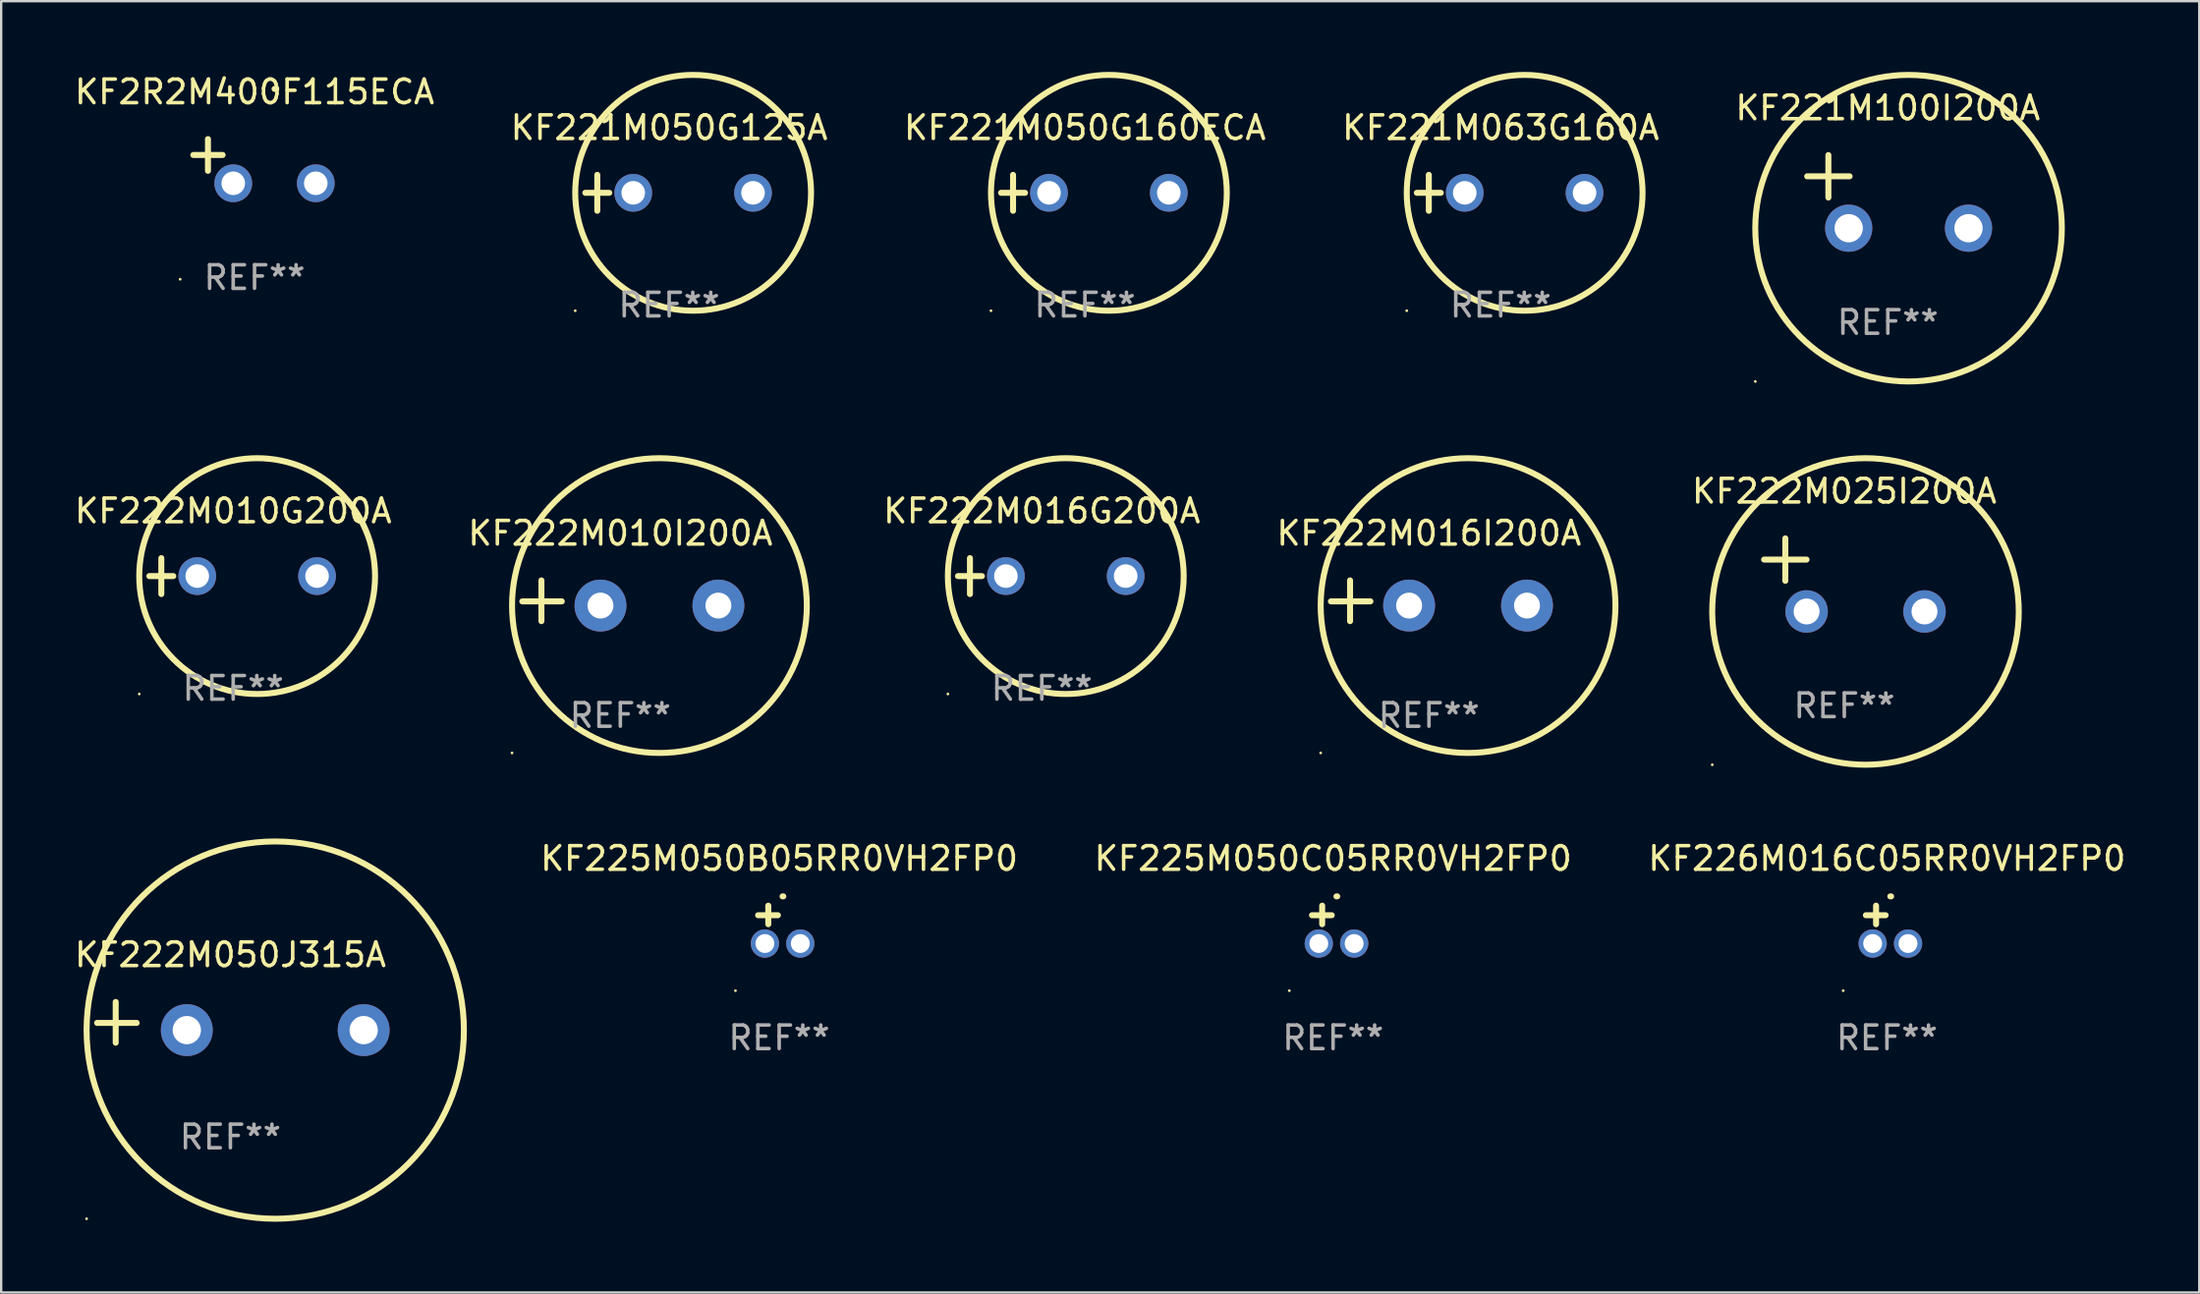
<source format=kicad_pcb>
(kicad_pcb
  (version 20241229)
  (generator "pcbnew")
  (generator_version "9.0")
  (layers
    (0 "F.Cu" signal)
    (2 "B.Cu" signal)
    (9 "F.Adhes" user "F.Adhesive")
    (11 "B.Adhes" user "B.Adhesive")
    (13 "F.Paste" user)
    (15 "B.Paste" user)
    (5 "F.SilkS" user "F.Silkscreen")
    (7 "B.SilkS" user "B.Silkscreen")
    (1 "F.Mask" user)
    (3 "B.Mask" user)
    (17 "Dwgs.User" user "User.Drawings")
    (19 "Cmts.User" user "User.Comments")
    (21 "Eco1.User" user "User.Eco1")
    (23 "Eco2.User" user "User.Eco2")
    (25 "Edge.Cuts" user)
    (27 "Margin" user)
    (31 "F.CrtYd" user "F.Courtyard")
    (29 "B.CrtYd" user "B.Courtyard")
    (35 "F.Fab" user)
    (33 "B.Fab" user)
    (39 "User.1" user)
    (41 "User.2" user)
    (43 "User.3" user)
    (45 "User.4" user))
  (footprint "KF222M050J315A"
    (layer "F.Cu")
    (at 6.72 40.305)
    (property "Reference" "KF222M050J315A" (at 0 -2.864 0) (layer "F.SilkS") (effects (font (size 1 1) (thickness 0.15))))
    (attr through_hole)
    (fp_line (start -4.864 0.864) (end -4.864 -0.864) (stroke (width 0.254) (type solid)) (layer "F.SilkS"))
    (fp_line (start -3.975 0.025) (end -5.652 0.025) (stroke (width 0.254) (type solid)) (layer "F.SilkS"))
    (fp_circle (center -6.098 8.33) (end -6.068 8.33) (stroke (width 0.06) (type solid)) (fill no) (layer "F.SilkS"))
    (fp_circle (center 1.902 0.33) (end 9.902 0.33) (stroke (width 0.254) (type solid)) (fill no) (layer "F.SilkS"))
    (fp_text user "REF**" (at 0 4.864 0) (layer "F.Fab") (effects (font (size 1 1) (thickness 0.15))))
    (pad "1" thru_hole circle (at -1.848 0.33) (size 2.2 2.2) (drill 1.2) (layers "*.Cu" "*.Mask"))
    (pad "2" thru_hole circle (at 5.652 0.33) (size 2.2 2.2) (drill 1.2) (layers "*.Cu" "*.Mask")))
  (footprint "KF225M050B05RR0VH2FP0"
    (layer "F.Cu")
    (at 29.993 36.16)
    (property "Reference" "KF225M050B05RR0VH2FP0" (at 0 -2.803 0) (layer "F.SilkS") (effects (font (size 1 1) (thickness 0.15))))
    (attr through_hole)
    (fp_line (start -0.462 -0.016) (end -0.462 -0.803) (stroke (width 0.254) (type solid)) (layer "F.SilkS"))
    (fp_line (start -0.056 -0.397) (end -0.894 -0.397) (stroke (width 0.254) (type solid)) (layer "F.SilkS"))
    (fp_arc (start 0.142799 -1.195784) (mid 0.159309 -1.195852) (end 0.175819 -1.195784) (stroke (width 0.254001) (type solid)) (layer "F.SilkS"))
    (fp_circle (center -1.856 2.803) (end -1.826 2.803) (stroke (width 0.06) (type solid)) (fill no) (layer "F.SilkS"))
    (fp_text user "REF**" (at 0 4.803 0) (layer "F.Fab") (effects (font (size 1 1) (thickness 0.15))))
    (pad "1" thru_hole circle (at -0.606 0.803) (size 1.2 1.2) (drill 0.8) (layers "*.Cu" "*.Mask"))
    (pad "2" thru_hole circle (at 0.894 0.803) (size 1.2 1.2) (drill 0.8) (layers "*.Cu" "*.Mask")))
  (footprint "KF226M016C05RR0VH2FP0"
    (layer "F.Cu")
    (at 76.969 36.16)
    (property "Reference" "KF226M016C05RR0VH2FP0" (at 0 -2.803 0) (layer "F.SilkS") (effects (font (size 1 1) (thickness 0.15))))
    (attr through_hole)
    (fp_line (start -0.462 -0.016) (end -0.462 -0.803) (stroke (width 0.254) (type solid)) (layer "F.SilkS"))
    (fp_line (start -0.056 -0.397) (end -0.894 -0.397) (stroke (width 0.254) (type solid)) (layer "F.SilkS"))
    (fp_arc (start 0.142799 -1.195784) (mid 0.159309 -1.195852) (end 0.175819 -1.195784) (stroke (width 0.254001) (type solid)) (layer "F.SilkS"))
    (fp_circle (center -1.856 2.803) (end -1.826 2.803) (stroke (width 0.06) (type solid)) (fill no) (layer "F.SilkS"))
    (fp_text user "REF**" (at 0 4.803 0) (layer "F.Fab") (effects (font (size 1 1) (thickness 0.15))))
    (pad "1" thru_hole circle (at -0.606 0.803) (size 1.2 1.2) (drill 0.8) (layers "*.Cu" "*.Mask"))
    (pad "2" thru_hole circle (at 0.894 0.803) (size 1.2 1.2) (drill 0.8) (layers "*.Cu" "*.Mask")))
  (footprint "KF2R2M400F115ECA"
    (layer "F.Cu")
    (at 7.744 3.785)
    (property "Reference" "KF2R2M400F115ECA" (at 0 -2.937 0) (layer "F.SilkS") (effects (font (size 1 1) (thickness 0.15))))
    (attr through_hole)
    (fp_line (start -1.975 0.41) (end -1.975 -0.937) (stroke (width 0.254) (type solid)) (layer "F.SilkS"))
    (fp_line (start -1.353 -0.263) (end -2.597 -0.263) (stroke (width 0.254) (type solid)) (layer "F.SilkS"))
    (fp_arc (start 0.849809 -3.063957) (mid 0.885369 -3.064114) (end 0.920929 -3.063957) (stroke (width 0.254001) (type solid)) (layer "F.SilkS"))
    (fp_circle (center -3.154 5.008) (end -3.124 5.008) (stroke (width 0.06) (type solid)) (fill no) (layer "F.SilkS"))
    (fp_text user "REF**" (at 0 4.937 0) (layer "F.Fab") (effects (font (size 1 1) (thickness 0.15))))
    (pad "1" thru_hole circle (at -0.903 0.937) (size 1.6 1.6) (drill 1) (layers "*.Cu" "*.Mask"))
    (pad "2" thru_hole circle (at 2.597 0.937) (size 1.6 1.6) (drill 1) (layers "*.Cu" "*.Mask")))
  (footprint "KF222M025I200A"
    (layer "F.Cu")
    (at 75.16 21.331)
    (property "Reference" "KF222M025I200A" (at 0 -3.55 0) (layer "F.SilkS") (effects (font (size 1 1) (thickness 0.15))))
    (attr through_hole)
    (fp_line (start -3.401 -0.65) (end -1.601 -0.65) (stroke (width 0.254) (type solid)) (layer "F.SilkS"))
    (fp_line (start -2.501 -1.55) (end -2.501 0.25) (stroke (width 0.254) (type solid)) (layer "F.SilkS"))
    (fp_circle (center -5.599 8.05) (end -5.569 8.05) (stroke (width 0.06) (type solid)) (fill no) (layer "F.SilkS"))
    (fp_circle (center 0.899 1.55) (end 7.399 1.55) (stroke (width 0.254) (type solid)) (fill no) (layer "F.SilkS"))
    (fp_text user "REF**" (at 0 5.55 0) (layer "F.Fab") (effects (font (size 1 1) (thickness 0.15))))
    (pad "1" thru_hole circle (at -1.599 1.55) (size 1.8 1.8) (drill 1.1) (layers "*.Cu" "*.Mask"))
    (pad "2" thru_hole circle (at 3.401 1.55) (size 1.8 1.8) (drill 1.1) (layers "*.Cu" "*.Mask")))
  (footprint "KF222M016G200A"
    (layer "F.Cu")
    (at 41.13 21.381)
    (property "Reference" "KF222M016G200A" (at 0 -2.762 0) (layer "F.SilkS") (effects (font (size 1 1) (thickness 0.15))))
    (attr through_hole)
    (fp_line (start -3.556 0) (end -2.54 0) (stroke (width 0.254) (type solid)) (layer "F.SilkS"))
    (fp_line (start -3.048 -0.762) (end -3.048 0.762) (stroke (width 0.254) (type solid)) (layer "F.SilkS"))
    (fp_circle (center -3.984 5) (end -3.954 5) (stroke (width 0.06) (type solid)) (fill no) (layer "F.SilkS"))
    (fp_circle (center 1.016 0) (end 6.016 0) (stroke (width 0.254) (type solid)) (fill no) (layer "F.SilkS"))
    (fp_text user "REF**" (at 0 4.762 0) (layer "F.Fab") (effects (font (size 1 1) (thickness 0.15))))
    (pad "1" thru_hole circle (at -1.524 0) (size 1.6 1.6) (drill 1) (layers "*.Cu" "*.Mask"))
    (pad "2" thru_hole circle (at 3.556 0) (size 1.6 1.6) (drill 1) (layers "*.Cu" "*.Mask")))
  (footprint "KF221M063G160A"
    (layer "F.Cu")
    (at 60.589 5.127)
    (property "Reference" "KF221M063G160A" (at 0 -2.762 0) (layer "F.SilkS") (effects (font (size 1 1) (thickness 0.15))))
    (attr through_hole)
    (fp_line (start -3.556 0) (end -2.54 0) (stroke (width 0.254) (type solid)) (layer "F.SilkS"))
    (fp_line (start -3.048 -0.762) (end -3.048 0.762) (stroke (width 0.254) (type solid)) (layer "F.SilkS"))
    (fp_circle (center -3.984 5) (end -3.954 5) (stroke (width 0.06) (type solid)) (fill no) (layer "F.SilkS"))
    (fp_circle (center 1.016 0) (end 6.016 0) (stroke (width 0.254) (type solid)) (fill no) (layer "F.SilkS"))
    (fp_text user "REF**" (at 0 4.762 0) (layer "F.Fab") (effects (font (size 1 1) (thickness 0.15))))
    (pad "1" thru_hole circle (at -1.524 0) (size 1.6 1.6) (drill 1) (layers "*.Cu" "*.Mask"))
    (pad "2" thru_hole circle (at 3.556 0) (size 1.6 1.6) (drill 1) (layers "*.Cu" "*.Mask")))
  (footprint "KF225M050C05RR0VH2FP0"
    (layer "F.Cu")
    (at 53.481 36.16)
    (property "Reference" "KF225M050C05RR0VH2FP0" (at 0 -2.803 0) (layer "F.SilkS") (effects (font (size 1 1) (thickness 0.15))))
    (attr through_hole)
    (fp_line (start -0.462 -0.016) (end -0.462 -0.803) (stroke (width 0.254) (type solid)) (layer "F.SilkS"))
    (fp_line (start -0.056 -0.397) (end -0.894 -0.397) (stroke (width 0.254) (type solid)) (layer "F.SilkS"))
    (fp_arc (start 0.142799 -1.195784) (mid 0.159309 -1.195852) (end 0.175819 -1.195784) (stroke (width 0.254001) (type solid)) (layer "F.SilkS"))
    (fp_circle (center -1.856 2.803) (end -1.826 2.803) (stroke (width 0.06) (type solid)) (fill no) (layer "F.SilkS"))
    (fp_text user "REF**" (at 0 4.803 0) (layer "F.Fab") (effects (font (size 1 1) (thickness 0.15))))
    (pad "1" thru_hole circle (at -0.606 0.803) (size 1.2 1.2) (drill 0.8) (layers "*.Cu" "*.Mask"))
    (pad "2" thru_hole circle (at 0.894 0.803) (size 1.2 1.2) (drill 0.8) (layers "*.Cu" "*.Mask")))
  (footprint "KF221M100I200A"
    (layer "F.Cu")
    (at 77.006 5.077)
    (property "Reference" "KF221M100I200A" (at 0 -3.55 0) (layer "F.SilkS") (effects (font (size 1 1) (thickness 0.15))))
    (attr through_hole)
    (fp_line (start -3.421 -0.65) (end -1.621 -0.65) (stroke (width 0.254) (type solid)) (layer "F.SilkS"))
    (fp_line (start -2.521 -1.55) (end -2.521 0.25) (stroke (width 0.254) (type solid)) (layer "F.SilkS"))
    (fp_circle (center -5.619 8.05) (end -5.589 8.05) (stroke (width 0.06) (type solid)) (fill no) (layer "F.SilkS"))
    (fp_circle (center 0.879 1.55) (end 7.379 1.55) (stroke (width 0.254) (type solid)) (fill no) (layer "F.SilkS"))
    (fp_text user "REF**" (at 0 5.55 0) (layer "F.Fab") (effects (font (size 1 1) (thickness 0.15))))
    (pad "1" thru_hole circle (at -1.659 1.55) (size 2 2) (drill 1.2) (layers "*.Cu" "*.Mask"))
    (pad "2" thru_hole circle (at 3.421 1.55) (size 2 2) (drill 1.2) (layers "*.Cu" "*.Mask")))
  (footprint "KF221M050G125A"
    (layer "F.Cu")
    (at 25.327 5.127)
    (property "Reference" "KF221M050G125A" (at 0 -2.762 0) (layer "F.SilkS") (effects (font (size 1 1) (thickness 0.15))))
    (attr through_hole)
    (fp_line (start -3.556 0) (end -2.54 0) (stroke (width 0.254) (type solid)) (layer "F.SilkS"))
    (fp_line (start -3.048 -0.762) (end -3.048 0.762) (stroke (width 0.254) (type solid)) (layer "F.SilkS"))
    (fp_circle (center -3.984 5) (end -3.954 5) (stroke (width 0.06) (type solid)) (fill no) (layer "F.SilkS"))
    (fp_circle (center 1.016 0) (end 6.016 0) (stroke (width 0.254) (type solid)) (fill no) (layer "F.SilkS"))
    (fp_text user "REF**" (at 0 4.762 0) (layer "F.Fab") (effects (font (size 1 1) (thickness 0.15))))
    (pad "1" thru_hole circle (at -1.524 0) (size 1.6 1.6) (drill 1) (layers "*.Cu" "*.Mask"))
    (pad "2" thru_hole circle (at 3.556 0) (size 1.6 1.6) (drill 1) (layers "*.Cu" "*.Mask")))
  (footprint "KF222M010G200A"
    (layer "F.Cu")
    (at 6.839 21.381)
    (property "Reference" "KF222M010G200A" (at 0 -2.762 0) (layer "F.SilkS") (effects (font (size 1 1) (thickness 0.15))))
    (attr through_hole)
    (fp_line (start -3.556 0) (end -2.54 0) (stroke (width 0.254) (type solid)) (layer "F.SilkS"))
    (fp_line (start -3.048 -0.762) (end -3.048 0.762) (stroke (width 0.254) (type solid)) (layer "F.SilkS"))
    (fp_circle (center -3.984 5) (end -3.954 5) (stroke (width 0.06) (type solid)) (fill no) (layer "F.SilkS"))
    (fp_circle (center 1.016 0) (end 6.016 0) (stroke (width 0.254) (type solid)) (fill no) (layer "F.SilkS"))
    (fp_text user "REF**" (at 0 4.762 0) (layer "F.Fab") (effects (font (size 1 1) (thickness 0.15))))
    (pad "1" thru_hole circle (at -1.524 0) (size 1.6 1.6) (drill 1) (layers "*.Cu" "*.Mask"))
    (pad "2" thru_hole circle (at 3.556 0) (size 1.6 1.6) (drill 1) (layers "*.Cu" "*.Mask")))
  (footprint "KF222M016I200A"
    (layer "F.Cu")
    (at 57.547 22.428)
    (property "Reference" "KF222M016I200A" (at 0 -2.864 0) (layer "F.SilkS") (effects (font (size 1 1) (thickness 0.15))))
    (attr through_hole)
    (fp_line (start -3.346 0.864) (end -3.346 -0.864) (stroke (width 0.254) (type solid)) (layer "F.SilkS"))
    (fp_line (start -2.482 0.025) (end -4.158 0.025) (stroke (width 0.254) (type solid)) (layer "F.SilkS"))
    (fp_circle (center -4.592 6.453) (end -4.562 6.453) (stroke (width 0.06) (type solid)) (fill no) (layer "F.SilkS"))
    (fp_circle (center 1.658 0.203) (end 7.908 0.203) (stroke (width 0.254) (type solid)) (fill no) (layer "F.SilkS"))
    (fp_text user "REF**" (at 0 4.864 0) (layer "F.Fab") (effects (font (size 1 1) (thickness 0.15))))
    (pad "1" thru_hole circle (at -0.842 0.203) (size 2.2 2.2) (drill 1.1) (layers "*.Cu" "*.Mask"))
    (pad "2" thru_hole circle (at 4.158 0.203) (size 2.2 2.2) (drill 1.1) (layers "*.Cu" "*.Mask")))
  (footprint "KF222M010I200A"
    (layer "F.Cu")
    (at 23.256 22.428)
    (property "Reference" "KF222M010I200A" (at 0 -2.864 0) (layer "F.SilkS") (effects (font (size 1 1) (thickness 0.15))))
    (attr through_hole)
    (fp_line (start -3.346 0.864) (end -3.346 -0.864) (stroke (width 0.254) (type solid)) (layer "F.SilkS"))
    (fp_line (start -2.482 0.025) (end -4.158 0.025) (stroke (width 0.254) (type solid)) (layer "F.SilkS"))
    (fp_circle (center -4.592 6.453) (end -4.562 6.453) (stroke (width 0.06) (type solid)) (fill no) (layer "F.SilkS"))
    (fp_circle (center 1.658 0.203) (end 7.908 0.203) (stroke (width 0.254) (type solid)) (fill no) (layer "F.SilkS"))
    (fp_text user "REF**" (at 0 4.864 0) (layer "F.Fab") (effects (font (size 1 1) (thickness 0.15))))
    (pad "1" thru_hole circle (at -0.842 0.203) (size 2.2 2.2) (drill 1.1) (layers "*.Cu" "*.Mask"))
    (pad "2" thru_hole circle (at 4.158 0.203) (size 2.2 2.2) (drill 1.1) (layers "*.Cu" "*.Mask")))
  (footprint "KF221M050G160ECA"
    (layer "F.Cu")
    (at 42.958 5.127)
    (property "Reference" "KF221M050G160ECA" (at 0 -2.762 0) (layer "F.SilkS") (effects (font (size 1 1) (thickness 0.15))))
    (attr through_hole)
    (fp_line (start -3.556 0) (end -2.54 0) (stroke (width 0.254) (type solid)) (layer "F.SilkS"))
    (fp_line (start -3.048 -0.762) (end -3.048 0.762) (stroke (width 0.254) (type solid)) (layer "F.SilkS"))
    (fp_circle (center -3.984 5) (end -3.954 5) (stroke (width 0.06) (type solid)) (fill no) (layer "F.SilkS"))
    (fp_circle (center 1.016 0) (end 6.016 0) (stroke (width 0.254) (type solid)) (fill no) (layer "F.SilkS"))
    (fp_text user "REF**" (at 0 4.762 0) (layer "F.Fab") (effects (font (size 1 1) (thickness 0.15))))
    (pad "1" thru_hole circle (at -1.524 0) (size 1.6 1.6) (drill 1) (layers "*.Cu" "*.Mask"))
    (pad "2" thru_hole circle (at 3.556 0) (size 1.6 1.6) (drill 1) (layers "*.Cu" "*.Mask")))
  (gr_rect
    (start -3 -3)
    (end 90.213 51.763)
    (stroke (width 0.1) (type default))
    (fill no)
    (layer "Edge.Cuts")))
</source>
